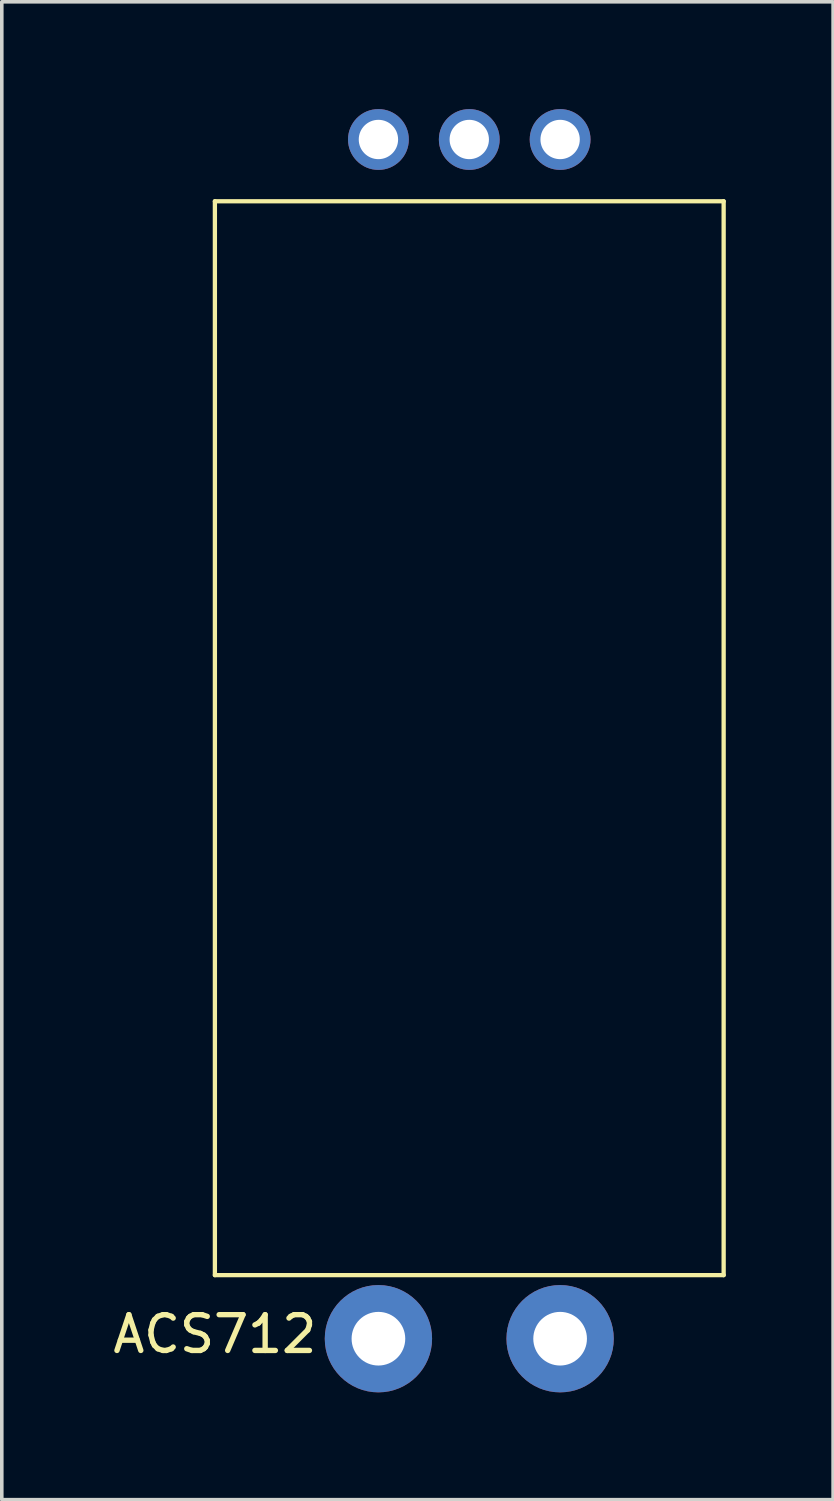
<source format=kicad_pcb>
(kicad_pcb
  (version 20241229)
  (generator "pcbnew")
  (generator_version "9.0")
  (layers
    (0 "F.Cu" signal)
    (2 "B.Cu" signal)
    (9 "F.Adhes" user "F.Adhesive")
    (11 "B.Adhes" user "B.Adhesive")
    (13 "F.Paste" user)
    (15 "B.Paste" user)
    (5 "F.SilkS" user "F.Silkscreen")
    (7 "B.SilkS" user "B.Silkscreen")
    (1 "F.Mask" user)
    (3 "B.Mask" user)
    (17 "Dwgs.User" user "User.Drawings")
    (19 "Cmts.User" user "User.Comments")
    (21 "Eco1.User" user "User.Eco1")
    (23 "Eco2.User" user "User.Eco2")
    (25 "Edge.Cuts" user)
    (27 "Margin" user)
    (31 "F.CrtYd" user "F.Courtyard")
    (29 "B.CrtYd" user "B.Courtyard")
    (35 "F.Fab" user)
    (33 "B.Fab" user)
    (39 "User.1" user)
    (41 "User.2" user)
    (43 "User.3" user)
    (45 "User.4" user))
  (footprint "ACS712"
    (layer "F.Cu")
    (at 2.958 32.6)
    (property "Reference" "ACS712" (at 0 1.651 0) (layer "F.SilkS") (effects (font (size 1 1) (thickness 0.15))))
    (attr through_hole)
    (fp_line (start 0 -30.023) (end 14.224 -30.023) (stroke (width 0.12) (type solid)) (layer "F.SilkS"))
    (fp_line (start 0 0) (end 0 -30.023) (stroke (width 0.12) (type solid)) (layer "F.SilkS"))
    (fp_line (start 14.224 -30.023) (end 14.224 0) (stroke (width 0.12) (type solid)) (layer "F.SilkS"))
    (fp_line (start 14.224 0) (end 0 0) (stroke (width 0.12) (type solid)) (layer "F.SilkS"))
    (pad "GND" thru_hole circle (at 4.572 -31.75) (size 1.7 1.7) (drill 1.1) (layers "*.Cu" "*.Mask"))
    (pad "I+" thru_hole circle (at 9.652 1.778) (size 3 3) (drill 1.5) (layers "*.Cu" "*.Mask"))
    (pad "I-" thru_hole circle (at 4.572 1.778) (size 3 3) (drill 1.5) (layers "*.Cu" "*.Mask"))
    (pad "OUT" thru_hole circle (at 7.112 -31.75) (size 1.7 1.7) (drill 1.1) (layers "*.Cu" "*.Mask"))
    (pad "VCC" thru_hole circle (at 9.652 -31.75) (size 1.7 1.7) (drill 1.1) (layers "*.Cu" "*.Mask")))
  (gr_rect
    (start -3 -3)
    (end 20.242 38.878)
    (stroke (width 0.1) (type default))
    (fill no)
    (layer "Edge.Cuts")))
</source>
